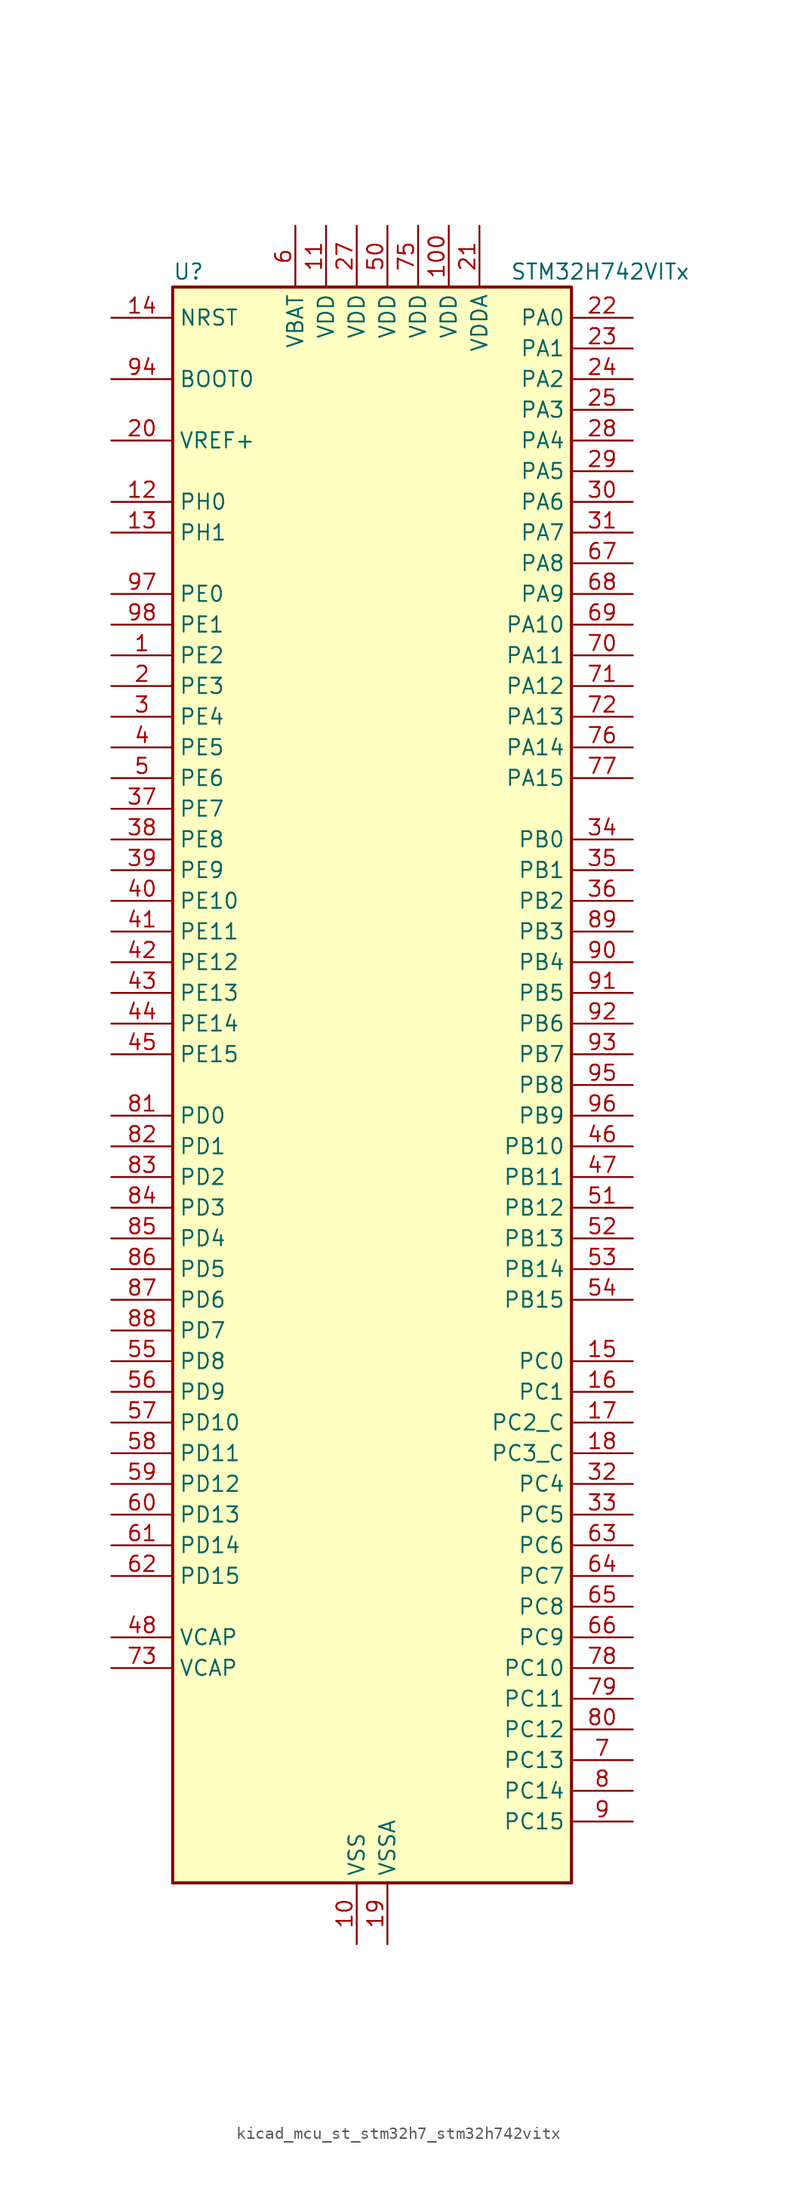
<source format=kicad_sym>
(kicad_symbol_lib
  (version 20220914)
  (generator kicad_symbol_editor)
  (symbol "kicad_mcu_st_stm32h7_stm32h742vitx"
    (property "Reference" "U"
      (at -15.24 67.31 0)
      (effects (font (size 1.27 1.27)) (justify left)))
    (property "Value" "STM32H742VITx"
      (at 12.7 67.31 0)
      (effects (font (size 1.27 1.27)) (justify left)))
    (property "ki_locked" ""
      (at 0 0 0)
      (effects (font (size 1.27 1.27))))
    (symbol "kicad_mcu_st_stm32h7_stm32h742vitx_0_1"
      (rectangle (start -15.24 -66.04) (end 17.78 66.04) (stroke (width 0.254) (type default)) (fill (type background))))
    (symbol "kicad_mcu_st_stm32h7_stm32h742vitx_1_1"
      (pin bidirectional line (at -20.32 35.56 0) (length 5.08) (name "PE2" (effects (font (size 1.27 1.27)))) (number "1" (effects (font (size 1.27 1.27)))) (alternate "DEBUG_TRACECLK" bidirectional line) (alternate "ETH_TXD3" bidirectional line) (alternate "FMC_A23" bidirectional line) (alternate "QUADSPI_BK1_IO2" bidirectional line) (alternate "SAI1_CK1" bidirectional line) (alternate "SAI1_MCLK_A" bidirectional line) (alternate "SAI4_CK1" bidirectional line) (alternate "SAI4_MCLK_A" bidirectional line) (alternate "SPI4_SCK" bidirectional line))
      (pin power_in line (at 0 -71.12 90) (length 5.08) (name "VSS" (effects (font (size 1.27 1.27)))) (number "10" (effects (font (size 1.27 1.27)))))
      (pin power_in line (at 7.62 71.12 270) (length 5.08) (name "VDD" (effects (font (size 1.27 1.27)))) (number "100" (effects (font (size 1.27 1.27)))))
      (pin power_in line (at -2.54 71.12 270) (length 5.08) (name "VDD" (effects (font (size 1.27 1.27)))) (number "11" (effects (font (size 1.27 1.27)))))
      (pin bidirectional line (at -20.32 48.26 0) (length 5.08) (name "PH0" (effects (font (size 1.27 1.27)))) (number "12" (effects (font (size 1.27 1.27)))) (alternate "RCC_OSC_IN" bidirectional line))
      (pin bidirectional line (at -20.32 45.72 0) (length 5.08) (name "PH1" (effects (font (size 1.27 1.27)))) (number "13" (effects (font (size 1.27 1.27)))) (alternate "RCC_OSC_OUT" bidirectional line))
      (pin input line (at -20.32 63.5 0) (length 5.08) (name "NRST" (effects (font (size 1.27 1.27)))) (number "14" (effects (font (size 1.27 1.27)))))
      (pin bidirectional line (at 22.86 -22.86 180) (length 5.08) (name "PC0" (effects (font (size 1.27 1.27)))) (number "15" (effects (font (size 1.27 1.27)))) (alternate "ADC1_INP10" bidirectional line) (alternate "ADC2_INP10" bidirectional line) (alternate "ADC3_INP10" bidirectional line) (alternate "DFSDM1_CKIN0" bidirectional line) (alternate "DFSDM1_DATIN4" bidirectional line) (alternate "FMC_SDNWE" bidirectional line) (alternate "SAI2_FS_B" bidirectional line) (alternate "USB_OTG_HS_ULPI_STP" bidirectional line))
      (pin bidirectional line (at 22.86 -25.4 180) (length 5.08) (name "PC1" (effects (font (size 1.27 1.27)))) (number "16" (effects (font (size 1.27 1.27)))) (alternate "ADC1_INN10" bidirectional line) (alternate "ADC1_INP11" bidirectional line) (alternate "ADC2_INN10" bidirectional line) (alternate "ADC2_INP11" bidirectional line) (alternate "ADC3_INN10" bidirectional line) (alternate "ADC3_INP11" bidirectional line) (alternate "DEBUG_TRACED0" bidirectional line) (alternate "DFSDM1_CKIN4" bidirectional line) (alternate "DFSDM1_DATIN0" bidirectional line) (alternate "ETH_MDC" bidirectional line) (alternate "I2S2_SDO" bidirectional line) (alternate "MDIOS_MDC" bidirectional line) (alternate "PWR_WKUP5" bidirectional line) (alternate "RTC_TAMP3" bidirectional line) (alternate "SAI1_D1" bidirectional line) (alternate "SAI1_SD_A" bidirectional line) (alternate "SAI4_D1" bidirectional line) (alternate "SAI4_SD_A" bidirectional line) (alternate "SDMMC2_CK" bidirectional line) (alternate "SPI2_MOSI" bidirectional line))
      (pin bidirectional line (at 22.86 -27.94 180) (length 5.08) (name "PC2_C" (effects (font (size 1.27 1.27)))) (number "17" (effects (font (size 1.27 1.27)))) (alternate "ADC3_INN1" bidirectional line) (alternate "ADC3_INP0" bidirectional line) (alternate "DFSDM1_CKIN1" bidirectional line) (alternate "DFSDM1_CKOUT" bidirectional line) (alternate "ETH_TXD2" bidirectional line) (alternate "FMC_SDNE0" bidirectional line) (alternate "I2S2_SDI" bidirectional line) (alternate "PWR_CSTOP" bidirectional line) (alternate "SPI2_MISO" bidirectional line) (alternate "USB_OTG_HS_ULPI_DIR" bidirectional line))
      (pin bidirectional line (at 22.86 -30.48 180) (length 5.08) (name "PC3_C" (effects (font (size 1.27 1.27)))) (number "18" (effects (font (size 1.27 1.27)))) (alternate "ADC3_INP1" bidirectional line) (alternate "DFSDM1_DATIN1" bidirectional line) (alternate "ETH_TX_CLK" bidirectional line) (alternate "FMC_SDCKE0" bidirectional line) (alternate "I2S2_SDO" bidirectional line) (alternate "PWR_CSLEEP" bidirectional line) (alternate "SPI2_MOSI" bidirectional line) (alternate "USB_OTG_HS_ULPI_NXT" bidirectional line))
      (pin power_in line (at 2.54 -71.12 90) (length 5.08) (name "VSSA" (effects (font (size 1.27 1.27)))) (number "19" (effects (font (size 1.27 1.27)))))
      (pin bidirectional line (at -20.32 33.02 0) (length 5.08) (name "PE3" (effects (font (size 1.27 1.27)))) (number "2" (effects (font (size 1.27 1.27)))) (alternate "DEBUG_TRACED0" bidirectional line) (alternate "FMC_A19" bidirectional line) (alternate "SAI1_SD_B" bidirectional line) (alternate "SAI4_SD_B" bidirectional line) (alternate "TIM15_BKIN" bidirectional line))
      (pin input line (at -20.32 53.34 0) (length 5.08) (name "VREF+" (effects (font (size 1.27 1.27)))) (number "20" (effects (font (size 1.27 1.27)))) (alternate "VREFBUF_OUT" bidirectional line))
      (pin power_in line (at 10.16 71.12 270) (length 5.08) (name "VDDA" (effects (font (size 1.27 1.27)))) (number "21" (effects (font (size 1.27 1.27)))))
      (pin bidirectional line (at 22.86 63.5 180) (length 5.08) (name "PA0" (effects (font (size 1.27 1.27)))) (number "22" (effects (font (size 1.27 1.27)))) (alternate "ADC1_INP16" bidirectional line) (alternate "ETH_CRS" bidirectional line) (alternate "PWR_WKUP0" bidirectional line) (alternate "SAI2_SD_B" bidirectional line) (alternate "SDMMC2_CMD" bidirectional line) (alternate "TIM15_BKIN" bidirectional line) (alternate "TIM2_CH1" bidirectional line) (alternate "TIM2_ETR" bidirectional line) (alternate "TIM5_CH1" bidirectional line) (alternate "TIM8_ETR" bidirectional line) (alternate "UART4_TX" bidirectional line) (alternate "USART2_CTS" bidirectional line) (alternate "USART2_NSS" bidirectional line))
      (pin bidirectional line (at 22.86 60.96 180) (length 5.08) (name "PA1" (effects (font (size 1.27 1.27)))) (number "23" (effects (font (size 1.27 1.27)))) (alternate "ADC1_INN16" bidirectional line) (alternate "ADC1_INP17" bidirectional line) (alternate "ETH_REF_CLK" bidirectional line) (alternate "ETH_RX_CLK" bidirectional line) (alternate "LPTIM3_OUT" bidirectional line) (alternate "QUADSPI_BK1_IO3" bidirectional line) (alternate "SAI2_MCLK_B" bidirectional line) (alternate "TIM15_CH1N" bidirectional line) (alternate "TIM2_CH2" bidirectional line) (alternate "TIM5_CH2" bidirectional line) (alternate "UART4_RX" bidirectional line) (alternate "USART2_DE" bidirectional line) (alternate "USART2_RTS" bidirectional line))
      (pin bidirectional line (at 22.86 58.42 180) (length 5.08) (name "PA2" (effects (font (size 1.27 1.27)))) (number "24" (effects (font (size 1.27 1.27)))) (alternate "ADC1_INP14" bidirectional line) (alternate "ADC2_INP14" bidirectional line) (alternate "ETH_MDIO" bidirectional line) (alternate "LPTIM4_OUT" bidirectional line) (alternate "MDIOS_MDIO" bidirectional line) (alternate "PWR_WKUP1" bidirectional line) (alternate "SAI2_SCK_B" bidirectional line) (alternate "TIM15_CH1" bidirectional line) (alternate "TIM2_CH3" bidirectional line) (alternate "TIM5_CH3" bidirectional line) (alternate "USART2_TX" bidirectional line))
      (pin bidirectional line (at 22.86 55.88 180) (length 5.08) (name "PA3" (effects (font (size 1.27 1.27)))) (number "25" (effects (font (size 1.27 1.27)))) (alternate "ADC1_INP15" bidirectional line) (alternate "ADC2_INP15" bidirectional line) (alternate "ETH_COL" bidirectional line) (alternate "LPTIM5_OUT" bidirectional line) (alternate "TIM15_CH2" bidirectional line) (alternate "TIM2_CH4" bidirectional line) (alternate "TIM5_CH4" bidirectional line) (alternate "USART2_RX" bidirectional line) (alternate "USB_OTG_HS_ULPI_D0" bidirectional line))
      (pin passive line (at 0 -71.12 90) (length 5.08) hide (name "VSS" (effects (font (size 1.27 1.27)))) (number "26" (effects (font (size 1.27 1.27)))))
      (pin power_in line (at 0 71.12 270) (length 5.08) (name "VDD" (effects (font (size 1.27 1.27)))) (number "27" (effects (font (size 1.27 1.27)))))
      (pin bidirectional line (at 22.86 53.34 180) (length 5.08) (name "PA4" (effects (font (size 1.27 1.27)))) (number "28" (effects (font (size 1.27 1.27)))) (alternate "ADC1_INP18" bidirectional line) (alternate "ADC2_INP18" bidirectional line) (alternate "DAC1_OUT1" bidirectional line) (alternate "DCMI_HSYNC" bidirectional line) (alternate "I2S1_WS" bidirectional line) (alternate "I2S3_WS" bidirectional line) (alternate "SPI1_NSS" bidirectional line) (alternate "SPI3_NSS" bidirectional line) (alternate "SPI6_NSS" bidirectional line) (alternate "TIM5_ETR" bidirectional line) (alternate "USART2_CK" bidirectional line) (alternate "USB_OTG_HS_SOF" bidirectional line))
      (pin bidirectional line (at 22.86 50.8 180) (length 5.08) (name "PA5" (effects (font (size 1.27 1.27)))) (number "29" (effects (font (size 1.27 1.27)))) (alternate "ADC1_INN18" bidirectional line) (alternate "ADC1_INP19" bidirectional line) (alternate "ADC2_INN18" bidirectional line) (alternate "ADC2_INP19" bidirectional line) (alternate "DAC1_OUT2" bidirectional line) (alternate "I2S1_CK" bidirectional line) (alternate "PWR_NDSTOP2" bidirectional line) (alternate "SPI1_SCK" bidirectional line) (alternate "SPI6_SCK" bidirectional line) (alternate "TIM2_CH1" bidirectional line) (alternate "TIM2_ETR" bidirectional line) (alternate "TIM8_CH1N" bidirectional line) (alternate "USB_OTG_HS_ULPI_CK" bidirectional line))
      (pin bidirectional line (at -20.32 30.48 0) (length 5.08) (name "PE4" (effects (font (size 1.27 1.27)))) (number "3" (effects (font (size 1.27 1.27)))) (alternate "DCMI_D4" bidirectional line) (alternate "DEBUG_TRACED1" bidirectional line) (alternate "DFSDM1_DATIN3" bidirectional line) (alternate "FMC_A20" bidirectional line) (alternate "SAI1_D2" bidirectional line) (alternate "SAI1_FS_A" bidirectional line) (alternate "SAI4_D2" bidirectional line) (alternate "SAI4_FS_A" bidirectional line) (alternate "SPI4_NSS" bidirectional line) (alternate "TIM15_CH1N" bidirectional line))
      (pin bidirectional line (at 22.86 48.26 180) (length 5.08) (name "PA6" (effects (font (size 1.27 1.27)))) (number "30" (effects (font (size 1.27 1.27)))) (alternate "ADC1_INP3" bidirectional line) (alternate "ADC2_INP3" bidirectional line) (alternate "DCMI_PIXCLK" bidirectional line) (alternate "I2S1_SDI" bidirectional line) (alternate "MDIOS_MDC" bidirectional line) (alternate "SPI1_MISO" bidirectional line) (alternate "SPI6_MISO" bidirectional line) (alternate "TIM13_CH1" bidirectional line) (alternate "TIM1_BKIN" bidirectional line) (alternate "TIM1_BKIN_COMP1" bidirectional line) (alternate "TIM1_BKIN_COMP2" bidirectional line) (alternate "TIM3_CH1" bidirectional line) (alternate "TIM8_BKIN" bidirectional line) (alternate "TIM8_BKIN_COMP1" bidirectional line) (alternate "TIM8_BKIN_COMP2" bidirectional line))
      (pin bidirectional line (at 22.86 45.72 180) (length 5.08) (name "PA7" (effects (font (size 1.27 1.27)))) (number "31" (effects (font (size 1.27 1.27)))) (alternate "ADC1_INN3" bidirectional line) (alternate "ADC1_INP7" bidirectional line) (alternate "ADC2_INN3" bidirectional line) (alternate "ADC2_INP7" bidirectional line) (alternate "ETH_CRS_DV" bidirectional line) (alternate "ETH_RX_DV" bidirectional line) (alternate "FMC_SDNWE" bidirectional line) (alternate "I2S1_SDO" bidirectional line) (alternate "OPAMP1_VINM" bidirectional line) (alternate "OPAMP1_VINM1" bidirectional line) (alternate "SPI1_MOSI" bidirectional line) (alternate "SPI6_MOSI" bidirectional line) (alternate "TIM14_CH1" bidirectional line) (alternate "TIM1_CH1N" bidirectional line) (alternate "TIM3_CH2" bidirectional line) (alternate "TIM8_CH1N" bidirectional line))
      (pin bidirectional line (at 22.86 -33.02 180) (length 5.08) (name "PC4" (effects (font (size 1.27 1.27)))) (number "32" (effects (font (size 1.27 1.27)))) (alternate "ADC1_INP4" bidirectional line) (alternate "ADC2_INP4" bidirectional line) (alternate "COMP1_INM" bidirectional line) (alternate "DFSDM1_CKIN2" bidirectional line) (alternate "ETH_RXD0" bidirectional line) (alternate "FMC_SDNE0" bidirectional line) (alternate "I2S1_MCK" bidirectional line) (alternate "OPAMP1_VOUT" bidirectional line) (alternate "SPDIFRX1_IN2" bidirectional line))
      (pin bidirectional line (at 22.86 -35.56 180) (length 5.08) (name "PC5" (effects (font (size 1.27 1.27)))) (number "33" (effects (font (size 1.27 1.27)))) (alternate "ADC1_INN4" bidirectional line) (alternate "ADC1_INP8" bidirectional line) (alternate "ADC2_INN4" bidirectional line) (alternate "ADC2_INP8" bidirectional line) (alternate "COMP1_OUT" bidirectional line) (alternate "DFSDM1_DATIN2" bidirectional line) (alternate "ETH_RXD1" bidirectional line) (alternate "FMC_SDCKE0" bidirectional line) (alternate "OPAMP1_VINM" bidirectional line) (alternate "OPAMP1_VINM0" bidirectional line) (alternate "SAI1_D3" bidirectional line) (alternate "SAI4_D3" bidirectional line) (alternate "SPDIFRX1_IN3" bidirectional line))
      (pin bidirectional line (at 22.86 20.32 180) (length 5.08) (name "PB0" (effects (font (size 1.27 1.27)))) (number "34" (effects (font (size 1.27 1.27)))) (alternate "ADC1_INN5" bidirectional line) (alternate "ADC1_INP9" bidirectional line) (alternate "ADC2_INN5" bidirectional line) (alternate "ADC2_INP9" bidirectional line) (alternate "COMP1_INP" bidirectional line) (alternate "DFSDM1_CKOUT" bidirectional line) (alternate "ETH_RXD2" bidirectional line) (alternate "OPAMP1_VINP" bidirectional line) (alternate "TIM1_CH2N" bidirectional line) (alternate "TIM3_CH3" bidirectional line) (alternate "TIM8_CH2N" bidirectional line) (alternate "UART4_CTS" bidirectional line) (alternate "USB_OTG_HS_ULPI_D1" bidirectional line))
      (pin bidirectional line (at 22.86 17.78 180) (length 5.08) (name "PB1" (effects (font (size 1.27 1.27)))) (number "35" (effects (font (size 1.27 1.27)))) (alternate "ADC1_INP5" bidirectional line) (alternate "ADC2_INP5" bidirectional line) (alternate "COMP1_INM" bidirectional line) (alternate "DFSDM1_DATIN1" bidirectional line) (alternate "ETH_RXD3" bidirectional line) (alternate "TIM1_CH3N" bidirectional line) (alternate "TIM3_CH4" bidirectional line) (alternate "TIM8_CH3N" bidirectional line) (alternate "USB_OTG_HS_ULPI_D2" bidirectional line))
      (pin bidirectional line (at 22.86 15.24 180) (length 5.08) (name "PB2" (effects (font (size 1.27 1.27)))) (number "36" (effects (font (size 1.27 1.27)))) (alternate "COMP1_INP" bidirectional line) (alternate "DFSDM1_CKIN1" bidirectional line) (alternate "I2S3_SDO" bidirectional line) (alternate "QUADSPI_CLK" bidirectional line) (alternate "RTC_OUT_ALARM" bidirectional line) (alternate "RTC_OUT_CALIB" bidirectional line) (alternate "SAI1_D1" bidirectional line) (alternate "SAI1_SD_A" bidirectional line) (alternate "SAI4_D1" bidirectional line) (alternate "SAI4_SD_A" bidirectional line) (alternate "SPI3_MOSI" bidirectional line))
      (pin bidirectional line (at -20.32 22.86 0) (length 5.08) (name "PE7" (effects (font (size 1.27 1.27)))) (number "37" (effects (font (size 1.27 1.27)))) (alternate "COMP2_INM" bidirectional line) (alternate "DFSDM1_DATIN2" bidirectional line) (alternate "FMC_D4" bidirectional line) (alternate "FMC_DA4" bidirectional line) (alternate "OPAMP2_VOUT" bidirectional line) (alternate "QUADSPI_BK2_IO0" bidirectional line) (alternate "TIM1_ETR" bidirectional line) (alternate "UART7_RX" bidirectional line))
      (pin bidirectional line (at -20.32 20.32 0) (length 5.08) (name "PE8" (effects (font (size 1.27 1.27)))) (number "38" (effects (font (size 1.27 1.27)))) (alternate "COMP2_OUT" bidirectional line) (alternate "DFSDM1_CKIN2" bidirectional line) (alternate "FMC_D5" bidirectional line) (alternate "FMC_DA5" bidirectional line) (alternate "OPAMP2_VINM" bidirectional line) (alternate "OPAMP2_VINM0" bidirectional line) (alternate "QUADSPI_BK2_IO1" bidirectional line) (alternate "TIM1_CH1N" bidirectional line) (alternate "UART7_TX" bidirectional line))
      (pin bidirectional line (at -20.32 17.78 0) (length 5.08) (name "PE9" (effects (font (size 1.27 1.27)))) (number "39" (effects (font (size 1.27 1.27)))) (alternate "COMP2_INP" bidirectional line) (alternate "DAC1_EXTI9" bidirectional line) (alternate "DFSDM1_CKOUT" bidirectional line) (alternate "FMC_D6" bidirectional line) (alternate "FMC_DA6" bidirectional line) (alternate "OPAMP2_VINP" bidirectional line) (alternate "QUADSPI_BK2_IO2" bidirectional line) (alternate "TIM1_CH1" bidirectional line) (alternate "UART7_DE" bidirectional line) (alternate "UART7_RTS" bidirectional line))
      (pin bidirectional line (at -20.32 27.94 0) (length 5.08) (name "PE5" (effects (font (size 1.27 1.27)))) (number "4" (effects (font (size 1.27 1.27)))) (alternate "DCMI_D6" bidirectional line) (alternate "DEBUG_TRACED2" bidirectional line) (alternate "DFSDM1_CKIN3" bidirectional line) (alternate "FMC_A21" bidirectional line) (alternate "SAI1_CK2" bidirectional line) (alternate "SAI1_SCK_A" bidirectional line) (alternate "SAI4_CK2" bidirectional line) (alternate "SAI4_SCK_A" bidirectional line) (alternate "SPI4_MISO" bidirectional line) (alternate "TIM15_CH1" bidirectional line))
      (pin bidirectional line (at -20.32 15.24 0) (length 5.08) (name "PE10" (effects (font (size 1.27 1.27)))) (number "40" (effects (font (size 1.27 1.27)))) (alternate "COMP2_INM" bidirectional line) (alternate "DFSDM1_DATIN4" bidirectional line) (alternate "FMC_D7" bidirectional line) (alternate "FMC_DA7" bidirectional line) (alternate "QUADSPI_BK2_IO3" bidirectional line) (alternate "TIM1_CH2N" bidirectional line) (alternate "UART7_CTS" bidirectional line))
      (pin bidirectional line (at -20.32 12.7 0) (length 5.08) (name "PE11" (effects (font (size 1.27 1.27)))) (number "41" (effects (font (size 1.27 1.27)))) (alternate "ADC1_EXTI11" bidirectional line) (alternate "ADC2_EXTI11" bidirectional line) (alternate "ADC3_EXTI11" bidirectional line) (alternate "COMP2_INP" bidirectional line) (alternate "DFSDM1_CKIN4" bidirectional line) (alternate "FMC_D8" bidirectional line) (alternate "FMC_DA8" bidirectional line) (alternate "SAI2_SD_B" bidirectional line) (alternate "SPI4_NSS" bidirectional line) (alternate "TIM1_CH2" bidirectional line))
      (pin bidirectional line (at -20.32 10.16 0) (length 5.08) (name "PE12" (effects (font (size 1.27 1.27)))) (number "42" (effects (font (size 1.27 1.27)))) (alternate "COMP1_OUT" bidirectional line) (alternate "DFSDM1_DATIN5" bidirectional line) (alternate "FMC_D9" bidirectional line) (alternate "FMC_DA9" bidirectional line) (alternate "SAI2_SCK_B" bidirectional line) (alternate "SPI4_SCK" bidirectional line) (alternate "TIM1_CH3N" bidirectional line))
      (pin bidirectional line (at -20.32 7.62 0) (length 5.08) (name "PE13" (effects (font (size 1.27 1.27)))) (number "43" (effects (font (size 1.27 1.27)))) (alternate "COMP2_OUT" bidirectional line) (alternate "DFSDM1_CKIN5" bidirectional line) (alternate "FMC_D10" bidirectional line) (alternate "FMC_DA10" bidirectional line) (alternate "SAI2_FS_B" bidirectional line) (alternate "SPI4_MISO" bidirectional line) (alternate "TIM1_CH3" bidirectional line))
      (pin bidirectional line (at -20.32 5.08 0) (length 5.08) (name "PE14" (effects (font (size 1.27 1.27)))) (number "44" (effects (font (size 1.27 1.27)))) (alternate "FMC_D11" bidirectional line) (alternate "FMC_DA11" bidirectional line) (alternate "SAI2_MCLK_B" bidirectional line) (alternate "SPI4_MOSI" bidirectional line) (alternate "TIM1_CH4" bidirectional line))
      (pin bidirectional line (at -20.32 2.54 0) (length 5.08) (name "PE15" (effects (font (size 1.27 1.27)))) (number "45" (effects (font (size 1.27 1.27)))) (alternate "ADC1_EXTI15" bidirectional line) (alternate "ADC2_EXTI15" bidirectional line) (alternate "ADC3_EXTI15" bidirectional line) (alternate "FMC_D12" bidirectional line) (alternate "FMC_DA12" bidirectional line) (alternate "TIM1_BKIN" bidirectional line) (alternate "TIM1_BKIN_COMP1" bidirectional line) (alternate "TIM1_BKIN_COMP2" bidirectional line))
      (pin bidirectional line (at 22.86 -5.08 180) (length 5.08) (name "PB10" (effects (font (size 1.27 1.27)))) (number "46" (effects (font (size 1.27 1.27)))) (alternate "DFSDM1_DATIN7" bidirectional line) (alternate "ETH_RX_ER" bidirectional line) (alternate "HRTIM_SCOUT" bidirectional line) (alternate "I2C2_SCL" bidirectional line) (alternate "I2S2_CK" bidirectional line) (alternate "LPTIM2_IN1" bidirectional line) (alternate "QUADSPI_BK1_NCS" bidirectional line) (alternate "SPI2_SCK" bidirectional line) (alternate "TIM2_CH3" bidirectional line) (alternate "USART3_TX" bidirectional line) (alternate "USB_OTG_HS_ULPI_D3" bidirectional line))
      (pin bidirectional line (at 22.86 -7.62 180) (length 5.08) (name "PB11" (effects (font (size 1.27 1.27)))) (number "47" (effects (font (size 1.27 1.27)))) (alternate "ADC1_EXTI11" bidirectional line) (alternate "ADC2_EXTI11" bidirectional line) (alternate "ADC3_EXTI11" bidirectional line) (alternate "DFSDM1_CKIN7" bidirectional line) (alternate "ETH_TX_EN" bidirectional line) (alternate "HRTIM_SCIN" bidirectional line) (alternate "I2C2_SDA" bidirectional line) (alternate "LPTIM2_ETR" bidirectional line) (alternate "TIM2_CH4" bidirectional line) (alternate "USART3_RX" bidirectional line) (alternate "USB_OTG_HS_ULPI_D4" bidirectional line))
      (pin power_out line (at -20.32 -45.72 0) (length 5.08) (name "VCAP" (effects (font (size 1.27 1.27)))) (number "48" (effects (font (size 1.27 1.27)))))
      (pin passive line (at 0 -71.12 90) (length 5.08) hide (name "VSS" (effects (font (size 1.27 1.27)))) (number "49" (effects (font (size 1.27 1.27)))))
      (pin bidirectional line (at -20.32 25.4 0) (length 5.08) (name "PE6" (effects (font (size 1.27 1.27)))) (number "5" (effects (font (size 1.27 1.27)))) (alternate "DCMI_D7" bidirectional line) (alternate "DEBUG_TRACED3" bidirectional line) (alternate "FMC_A22" bidirectional line) (alternate "SAI1_D1" bidirectional line) (alternate "SAI1_SD_A" bidirectional line) (alternate "SAI2_MCLK_B" bidirectional line) (alternate "SAI4_D1" bidirectional line) (alternate "SAI4_SD_A" bidirectional line) (alternate "SPI4_MOSI" bidirectional line) (alternate "TIM15_CH2" bidirectional line) (alternate "TIM1_BKIN2" bidirectional line) (alternate "TIM1_BKIN2_COMP1" bidirectional line) (alternate "TIM1_BKIN2_COMP2" bidirectional line))
      (pin power_in line (at 2.54 71.12 270) (length 5.08) (name "VDD" (effects (font (size 1.27 1.27)))) (number "50" (effects (font (size 1.27 1.27)))))
      (pin bidirectional line (at 22.86 -10.16 180) (length 5.08) (name "PB12" (effects (font (size 1.27 1.27)))) (number "51" (effects (font (size 1.27 1.27)))) (alternate "DFSDM1_DATIN1" bidirectional line) (alternate "ETH_TXD0" bidirectional line) (alternate "FDCAN2_RX" bidirectional line) (alternate "I2C2_SMBA" bidirectional line) (alternate "I2S2_WS" bidirectional line) (alternate "SPI2_NSS" bidirectional line) (alternate "TIM1_BKIN" bidirectional line) (alternate "TIM1_BKIN_COMP1" bidirectional line) (alternate "TIM1_BKIN_COMP2" bidirectional line) (alternate "UART5_RX" bidirectional line) (alternate "USART3_CK" bidirectional line) (alternate "USB_OTG_HS_ID" bidirectional line) (alternate "USB_OTG_HS_ULPI_D5" bidirectional line))
      (pin bidirectional line (at 22.86 -12.7 180) (length 5.08) (name "PB13" (effects (font (size 1.27 1.27)))) (number "52" (effects (font (size 1.27 1.27)))) (alternate "DFSDM1_CKIN1" bidirectional line) (alternate "ETH_TXD1" bidirectional line) (alternate "FDCAN2_TX" bidirectional line) (alternate "I2S2_CK" bidirectional line) (alternate "LPTIM2_OUT" bidirectional line) (alternate "SPI2_SCK" bidirectional line) (alternate "TIM1_CH1N" bidirectional line) (alternate "UART5_TX" bidirectional line) (alternate "USART3_CTS" bidirectional line) (alternate "USART3_NSS" bidirectional line) (alternate "USB_OTG_HS_ULPI_D6" bidirectional line) (alternate "USB_OTG_HS_VBUS" bidirectional line))
      (pin bidirectional line (at 22.86 -15.24 180) (length 5.08) (name "PB14" (effects (font (size 1.27 1.27)))) (number "53" (effects (font (size 1.27 1.27)))) (alternate "DFSDM1_DATIN2" bidirectional line) (alternate "I2S2_SDI" bidirectional line) (alternate "SDMMC2_D0" bidirectional line) (alternate "SPI2_MISO" bidirectional line) (alternate "TIM12_CH1" bidirectional line) (alternate "TIM1_CH2N" bidirectional line) (alternate "TIM8_CH2N" bidirectional line) (alternate "UART4_DE" bidirectional line) (alternate "UART4_RTS" bidirectional line) (alternate "USART1_TX" bidirectional line) (alternate "USART3_DE" bidirectional line) (alternate "USART3_RTS" bidirectional line) (alternate "USB_OTG_HS_DM" bidirectional line))
      (pin bidirectional line (at 22.86 -17.78 180) (length 5.08) (name "PB15" (effects (font (size 1.27 1.27)))) (number "54" (effects (font (size 1.27 1.27)))) (alternate "ADC1_EXTI15" bidirectional line) (alternate "ADC2_EXTI15" bidirectional line) (alternate "ADC3_EXTI15" bidirectional line) (alternate "DFSDM1_CKIN2" bidirectional line) (alternate "I2S2_SDO" bidirectional line) (alternate "RTC_REFIN" bidirectional line) (alternate "SDMMC2_D1" bidirectional line) (alternate "SPI2_MOSI" bidirectional line) (alternate "TIM12_CH2" bidirectional line) (alternate "TIM1_CH3N" bidirectional line) (alternate "TIM8_CH3N" bidirectional line) (alternate "UART4_CTS" bidirectional line) (alternate "USART1_RX" bidirectional line) (alternate "USB_OTG_HS_DP" bidirectional line))
      (pin bidirectional line (at -20.32 -22.86 0) (length 5.08) (name "PD8" (effects (font (size 1.27 1.27)))) (number "55" (effects (font (size 1.27 1.27)))) (alternate "DFSDM1_CKIN3" bidirectional line) (alternate "FMC_D13" bidirectional line) (alternate "FMC_DA13" bidirectional line) (alternate "SAI3_SCK_B" bidirectional line) (alternate "SPDIFRX1_IN1" bidirectional line) (alternate "USART3_TX" bidirectional line))
      (pin bidirectional line (at -20.32 -25.4 0) (length 5.08) (name "PD9" (effects (font (size 1.27 1.27)))) (number "56" (effects (font (size 1.27 1.27)))) (alternate "DAC1_EXTI9" bidirectional line) (alternate "DFSDM1_DATIN3" bidirectional line) (alternate "FMC_D14" bidirectional line) (alternate "FMC_DA14" bidirectional line) (alternate "SAI3_SD_B" bidirectional line) (alternate "USART3_RX" bidirectional line))
      (pin bidirectional line (at -20.32 -27.94 0) (length 5.08) (name "PD10" (effects (font (size 1.27 1.27)))) (number "57" (effects (font (size 1.27 1.27)))) (alternate "DFSDM1_CKOUT" bidirectional line) (alternate "FMC_D15" bidirectional line) (alternate "FMC_DA15" bidirectional line) (alternate "SAI3_FS_B" bidirectional line) (alternate "USART3_CK" bidirectional line))
      (pin bidirectional line (at -20.32 -30.48 0) (length 5.08) (name "PD11" (effects (font (size 1.27 1.27)))) (number "58" (effects (font (size 1.27 1.27)))) (alternate "ADC1_EXTI11" bidirectional line) (alternate "ADC2_EXTI11" bidirectional line) (alternate "ADC3_EXTI11" bidirectional line) (alternate "FMC_A16" bidirectional line) (alternate "FMC_CLE" bidirectional line) (alternate "I2C4_SMBA" bidirectional line) (alternate "LPTIM2_IN2" bidirectional line) (alternate "QUADSPI_BK1_IO0" bidirectional line) (alternate "SAI2_SD_A" bidirectional line) (alternate "USART3_CTS" bidirectional line) (alternate "USART3_NSS" bidirectional line))
      (pin bidirectional line (at -20.32 -33.02 0) (length 5.08) (name "PD12" (effects (font (size 1.27 1.27)))) (number "59" (effects (font (size 1.27 1.27)))) (alternate "FMC_A17" bidirectional line) (alternate "FMC_ALE" bidirectional line) (alternate "I2C4_SCL" bidirectional line) (alternate "LPTIM1_IN1" bidirectional line) (alternate "LPTIM2_IN1" bidirectional line) (alternate "QUADSPI_BK1_IO1" bidirectional line) (alternate "SAI2_FS_A" bidirectional line) (alternate "TIM4_CH1" bidirectional line) (alternate "USART3_DE" bidirectional line) (alternate "USART3_RTS" bidirectional line))
      (pin power_in line (at -5.08 71.12 270) (length 5.08) (name "VBAT" (effects (font (size 1.27 1.27)))) (number "6" (effects (font (size 1.27 1.27)))))
      (pin bidirectional line (at -20.32 -35.56 0) (length 5.08) (name "PD13" (effects (font (size 1.27 1.27)))) (number "60" (effects (font (size 1.27 1.27)))) (alternate "FMC_A18" bidirectional line) (alternate "I2C4_SDA" bidirectional line) (alternate "LPTIM1_OUT" bidirectional line) (alternate "QUADSPI_BK1_IO3" bidirectional line) (alternate "SAI2_SCK_A" bidirectional line) (alternate "TIM4_CH2" bidirectional line))
      (pin bidirectional line (at -20.32 -38.1 0) (length 5.08) (name "PD14" (effects (font (size 1.27 1.27)))) (number "61" (effects (font (size 1.27 1.27)))) (alternate "FMC_D0" bidirectional line) (alternate "FMC_DA0" bidirectional line) (alternate "SAI3_MCLK_B" bidirectional line) (alternate "TIM4_CH3" bidirectional line) (alternate "UART8_CTS" bidirectional line))
      (pin bidirectional line (at -20.32 -40.64 0) (length 5.08) (name "PD15" (effects (font (size 1.27 1.27)))) (number "62" (effects (font (size 1.27 1.27)))) (alternate "ADC1_EXTI15" bidirectional line) (alternate "ADC2_EXTI15" bidirectional line) (alternate "ADC3_EXTI15" bidirectional line) (alternate "FMC_D1" bidirectional line) (alternate "FMC_DA1" bidirectional line) (alternate "SAI3_MCLK_A" bidirectional line) (alternate "TIM4_CH4" bidirectional line) (alternate "UART8_DE" bidirectional line) (alternate "UART8_RTS" bidirectional line))
      (pin bidirectional line (at 22.86 -38.1 180) (length 5.08) (name "PC6" (effects (font (size 1.27 1.27)))) (number "63" (effects (font (size 1.27 1.27)))) (alternate "DCMI_D0" bidirectional line) (alternate "DFSDM1_CKIN3" bidirectional line) (alternate "FMC_NWAIT" bidirectional line) (alternate "HRTIM_CHA1" bidirectional line) (alternate "I2S2_MCK" bidirectional line) (alternate "SDMMC1_D0DIR" bidirectional line) (alternate "SDMMC1_D6" bidirectional line) (alternate "SDMMC2_D6" bidirectional line) (alternate "SWPMI1_IO" bidirectional line) (alternate "TIM3_CH1" bidirectional line) (alternate "TIM8_CH1" bidirectional line) (alternate "USART6_TX" bidirectional line))
      (pin bidirectional line (at 22.86 -40.64 180) (length 5.08) (name "PC7" (effects (font (size 1.27 1.27)))) (number "64" (effects (font (size 1.27 1.27)))) (alternate "DCMI_D1" bidirectional line) (alternate "DEBUG_TRGIO" bidirectional line) (alternate "DFSDM1_DATIN3" bidirectional line) (alternate "FMC_NE1" bidirectional line) (alternate "HRTIM_CHA2" bidirectional line) (alternate "I2S3_MCK" bidirectional line) (alternate "SDMMC1_D123DIR" bidirectional line) (alternate "SDMMC1_D7" bidirectional line) (alternate "SDMMC2_D7" bidirectional line) (alternate "SWPMI1_TX" bidirectional line) (alternate "TIM3_CH2" bidirectional line) (alternate "TIM8_CH2" bidirectional line) (alternate "USART6_RX" bidirectional line))
      (pin bidirectional line (at 22.86 -43.18 180) (length 5.08) (name "PC8" (effects (font (size 1.27 1.27)))) (number "65" (effects (font (size 1.27 1.27)))) (alternate "DCMI_D2" bidirectional line) (alternate "DEBUG_TRACED1" bidirectional line) (alternate "FMC_NCE" bidirectional line) (alternate "FMC_NE2" bidirectional line) (alternate "HRTIM_CHB1" bidirectional line) (alternate "SDMMC1_D0" bidirectional line) (alternate "SWPMI1_RX" bidirectional line) (alternate "TIM3_CH3" bidirectional line) (alternate "TIM8_CH3" bidirectional line) (alternate "UART5_DE" bidirectional line) (alternate "UART5_RTS" bidirectional line) (alternate "USART6_CK" bidirectional line))
      (pin bidirectional line (at 22.86 -45.72 180) (length 5.08) (name "PC9" (effects (font (size 1.27 1.27)))) (number "66" (effects (font (size 1.27 1.27)))) (alternate "DAC1_EXTI9" bidirectional line) (alternate "DCMI_D3" bidirectional line) (alternate "I2C3_SDA" bidirectional line) (alternate "I2S_CKIN" bidirectional line) (alternate "QUADSPI_BK1_IO0" bidirectional line) (alternate "RCC_MCO_2" bidirectional line) (alternate "SDMMC1_D1" bidirectional line) (alternate "SWPMI1_SUSPEND" bidirectional line) (alternate "TIM3_CH4" bidirectional line) (alternate "TIM8_CH4" bidirectional line) (alternate "UART5_CTS" bidirectional line))
      (pin bidirectional line (at 22.86 43.18 180) (length 5.08) (name "PA8" (effects (font (size 1.27 1.27)))) (number "67" (effects (font (size 1.27 1.27)))) (alternate "HRTIM_CHB2" bidirectional line) (alternate "I2C3_SCL" bidirectional line) (alternate "RCC_MCO_1" bidirectional line) (alternate "TIM1_CH1" bidirectional line) (alternate "TIM8_BKIN2" bidirectional line) (alternate "TIM8_BKIN2_COMP1" bidirectional line) (alternate "TIM8_BKIN2_COMP2" bidirectional line) (alternate "UART7_RX" bidirectional line) (alternate "USART1_CK" bidirectional line) (alternate "USB_OTG_FS_SOF" bidirectional line))
      (pin bidirectional line (at 22.86 40.64 180) (length 5.08) (name "PA9" (effects (font (size 1.27 1.27)))) (number "68" (effects (font (size 1.27 1.27)))) (alternate "DAC1_EXTI9" bidirectional line) (alternate "DCMI_D0" bidirectional line) (alternate "HRTIM_CHC1" bidirectional line) (alternate "I2C3_SMBA" bidirectional line) (alternate "I2S2_CK" bidirectional line) (alternate "LPUART1_TX" bidirectional line) (alternate "SPI2_SCK" bidirectional line) (alternate "TIM1_CH2" bidirectional line) (alternate "USART1_TX" bidirectional line) (alternate "USB_OTG_FS_VBUS" bidirectional line))
      (pin bidirectional line (at 22.86 38.1 180) (length 5.08) (name "PA10" (effects (font (size 1.27 1.27)))) (number "69" (effects (font (size 1.27 1.27)))) (alternate "DCMI_D1" bidirectional line) (alternate "HRTIM_CHC2" bidirectional line) (alternate "LPUART1_RX" bidirectional line) (alternate "MDIOS_MDIO" bidirectional line) (alternate "TIM1_CH3" bidirectional line) (alternate "USART1_RX" bidirectional line) (alternate "USB_OTG_FS_ID" bidirectional line))
      (pin bidirectional line (at 22.86 -55.88 180) (length 5.08) (name "PC13" (effects (font (size 1.27 1.27)))) (number "7" (effects (font (size 1.27 1.27)))) (alternate "PWR_WKUP2" bidirectional line) (alternate "RTC_OUT_ALARM" bidirectional line) (alternate "RTC_OUT_CALIB" bidirectional line) (alternate "RTC_TAMP1" bidirectional line) (alternate "RTC_TS" bidirectional line))
      (pin bidirectional line (at 22.86 35.56 180) (length 5.08) (name "PA11" (effects (font (size 1.27 1.27)))) (number "70" (effects (font (size 1.27 1.27)))) (alternate "ADC1_EXTI11" bidirectional line) (alternate "ADC2_EXTI11" bidirectional line) (alternate "ADC3_EXTI11" bidirectional line) (alternate "FDCAN1_RX" bidirectional line) (alternate "HRTIM_CHD1" bidirectional line) (alternate "I2S2_WS" bidirectional line) (alternate "LPUART1_CTS" bidirectional line) (alternate "SPI2_NSS" bidirectional line) (alternate "TIM1_CH4" bidirectional line) (alternate "UART4_RX" bidirectional line) (alternate "USART1_CTS" bidirectional line) (alternate "USART1_NSS" bidirectional line) (alternate "USB_OTG_FS_DM" bidirectional line))
      (pin bidirectional line (at 22.86 33.02 180) (length 5.08) (name "PA12" (effects (font (size 1.27 1.27)))) (number "71" (effects (font (size 1.27 1.27)))) (alternate "FDCAN1_TX" bidirectional line) (alternate "HRTIM_CHD2" bidirectional line) (alternate "I2S2_CK" bidirectional line) (alternate "LPUART1_DE" bidirectional line) (alternate "LPUART1_RTS" bidirectional line) (alternate "SAI2_FS_B" bidirectional line) (alternate "SPI2_SCK" bidirectional line) (alternate "TIM1_ETR" bidirectional line) (alternate "UART4_TX" bidirectional line) (alternate "USART1_DE" bidirectional line) (alternate "USART1_RTS" bidirectional line) (alternate "USB_OTG_FS_DP" bidirectional line))
      (pin bidirectional line (at 22.86 30.48 180) (length 5.08) (name "PA13" (effects (font (size 1.27 1.27)))) (number "72" (effects (font (size 1.27 1.27)))) (alternate "DEBUG_JTMS-SWDIO" bidirectional line))
      (pin power_out line (at -20.32 -48.26 0) (length 5.08) (name "VCAP" (effects (font (size 1.27 1.27)))) (number "73" (effects (font (size 1.27 1.27)))))
      (pin passive line (at 0 -71.12 90) (length 5.08) hide (name "VSS" (effects (font (size 1.27 1.27)))) (number "74" (effects (font (size 1.27 1.27)))))
      (pin power_in line (at 5.08 71.12 270) (length 5.08) (name "VDD" (effects (font (size 1.27 1.27)))) (number "75" (effects (font (size 1.27 1.27)))))
      (pin bidirectional line (at 22.86 27.94 180) (length 5.08) (name "PA14" (effects (font (size 1.27 1.27)))) (number "76" (effects (font (size 1.27 1.27)))) (alternate "DEBUG_JTCK-SWCLK" bidirectional line))
      (pin bidirectional line (at 22.86 25.4 180) (length 5.08) (name "PA15" (effects (font (size 1.27 1.27)))) (number "77" (effects (font (size 1.27 1.27)))) (alternate "ADC1_EXTI15" bidirectional line) (alternate "ADC2_EXTI15" bidirectional line) (alternate "ADC3_EXTI15" bidirectional line) (alternate "CEC" bidirectional line) (alternate "DEBUG_JTDI" bidirectional line) (alternate "HRTIM_FLT1" bidirectional line) (alternate "I2S1_WS" bidirectional line) (alternate "I2S3_WS" bidirectional line) (alternate "SPI1_NSS" bidirectional line) (alternate "SPI3_NSS" bidirectional line) (alternate "SPI6_NSS" bidirectional line) (alternate "TIM2_CH1" bidirectional line) (alternate "TIM2_ETR" bidirectional line) (alternate "UART4_DE" bidirectional line) (alternate "UART4_RTS" bidirectional line) (alternate "UART7_TX" bidirectional line))
      (pin bidirectional line (at 22.86 -48.26 180) (length 5.08) (name "PC10" (effects (font (size 1.27 1.27)))) (number "78" (effects (font (size 1.27 1.27)))) (alternate "DCMI_D8" bidirectional line) (alternate "DFSDM1_CKIN5" bidirectional line) (alternate "HRTIM_EEV1" bidirectional line) (alternate "I2S3_CK" bidirectional line) (alternate "QUADSPI_BK1_IO1" bidirectional line) (alternate "SDMMC1_D2" bidirectional line) (alternate "SPI3_SCK" bidirectional line) (alternate "UART4_TX" bidirectional line) (alternate "USART3_TX" bidirectional line))
      (pin bidirectional line (at 22.86 -50.8 180) (length 5.08) (name "PC11" (effects (font (size 1.27 1.27)))) (number "79" (effects (font (size 1.27 1.27)))) (alternate "ADC1_EXTI11" bidirectional line) (alternate "ADC2_EXTI11" bidirectional line) (alternate "ADC3_EXTI11" bidirectional line) (alternate "DCMI_D4" bidirectional line) (alternate "DFSDM1_DATIN5" bidirectional line) (alternate "HRTIM_FLT2" bidirectional line) (alternate "I2S3_SDI" bidirectional line) (alternate "QUADSPI_BK2_NCS" bidirectional line) (alternate "SDMMC1_D3" bidirectional line) (alternate "SPI3_MISO" bidirectional line) (alternate "UART4_RX" bidirectional line) (alternate "USART3_RX" bidirectional line))
      (pin bidirectional line (at 22.86 -58.42 180) (length 5.08) (name "PC14" (effects (font (size 1.27 1.27)))) (number "8" (effects (font (size 1.27 1.27)))) (alternate "RCC_OSC32_IN" bidirectional line))
      (pin bidirectional line (at 22.86 -53.34 180) (length 5.08) (name "PC12" (effects (font (size 1.27 1.27)))) (number "80" (effects (font (size 1.27 1.27)))) (alternate "DCMI_D9" bidirectional line) (alternate "DEBUG_TRACED3" bidirectional line) (alternate "HRTIM_EEV2" bidirectional line) (alternate "I2S3_SDO" bidirectional line) (alternate "SDMMC1_CK" bidirectional line) (alternate "SPI3_MOSI" bidirectional line) (alternate "UART5_TX" bidirectional line) (alternate "USART3_CK" bidirectional line))
      (pin bidirectional line (at -20.32 -2.54 0) (length 5.08) (name "PD0" (effects (font (size 1.27 1.27)))) (number "81" (effects (font (size 1.27 1.27)))) (alternate "DFSDM1_CKIN6" bidirectional line) (alternate "FDCAN1_RX" bidirectional line) (alternate "FMC_D2" bidirectional line) (alternate "FMC_DA2" bidirectional line) (alternate "SAI3_SCK_A" bidirectional line) (alternate "UART4_RX" bidirectional line))
      (pin bidirectional line (at -20.32 -5.08 0) (length 5.08) (name "PD1" (effects (font (size 1.27 1.27)))) (number "82" (effects (font (size 1.27 1.27)))) (alternate "DFSDM1_DATIN6" bidirectional line) (alternate "FDCAN1_TX" bidirectional line) (alternate "FMC_D3" bidirectional line) (alternate "FMC_DA3" bidirectional line) (alternate "SAI3_SD_A" bidirectional line) (alternate "UART4_TX" bidirectional line))
      (pin bidirectional line (at -20.32 -7.62 0) (length 5.08) (name "PD2" (effects (font (size 1.27 1.27)))) (number "83" (effects (font (size 1.27 1.27)))) (alternate "DCMI_D11" bidirectional line) (alternate "DEBUG_TRACED2" bidirectional line) (alternate "SDMMC1_CMD" bidirectional line) (alternate "TIM3_ETR" bidirectional line) (alternate "UART5_RX" bidirectional line))
      (pin bidirectional line (at -20.32 -10.16 0) (length 5.08) (name "PD3" (effects (font (size 1.27 1.27)))) (number "84" (effects (font (size 1.27 1.27)))) (alternate "DCMI_D5" bidirectional line) (alternate "DFSDM1_CKOUT" bidirectional line) (alternate "FMC_CLK" bidirectional line) (alternate "I2S2_CK" bidirectional line) (alternate "SPI2_SCK" bidirectional line) (alternate "USART2_CTS" bidirectional line) (alternate "USART2_NSS" bidirectional line))
      (pin bidirectional line (at -20.32 -12.7 0) (length 5.08) (name "PD4" (effects (font (size 1.27 1.27)))) (number "85" (effects (font (size 1.27 1.27)))) (alternate "FMC_NOE" bidirectional line) (alternate "HRTIM_FLT3" bidirectional line) (alternate "SAI3_FS_A" bidirectional line) (alternate "USART2_DE" bidirectional line) (alternate "USART2_RTS" bidirectional line))
      (pin bidirectional line (at -20.32 -15.24 0) (length 5.08) (name "PD5" (effects (font (size 1.27 1.27)))) (number "86" (effects (font (size 1.27 1.27)))) (alternate "FMC_NWE" bidirectional line) (alternate "HRTIM_EEV3" bidirectional line) (alternate "USART2_TX" bidirectional line))
      (pin bidirectional line (at -20.32 -17.78 0) (length 5.08) (name "PD6" (effects (font (size 1.27 1.27)))) (number "87" (effects (font (size 1.27 1.27)))) (alternate "DCMI_D10" bidirectional line) (alternate "DFSDM1_CKIN4" bidirectional line) (alternate "DFSDM1_DATIN1" bidirectional line) (alternate "FMC_NWAIT" bidirectional line) (alternate "I2S3_SDO" bidirectional line) (alternate "SAI1_D1" bidirectional line) (alternate "SAI1_SD_A" bidirectional line) (alternate "SAI4_D1" bidirectional line) (alternate "SAI4_SD_A" bidirectional line) (alternate "SDMMC2_CK" bidirectional line) (alternate "SPI3_MOSI" bidirectional line) (alternate "USART2_RX" bidirectional line))
      (pin bidirectional line (at -20.32 -20.32 0) (length 5.08) (name "PD7" (effects (font (size 1.27 1.27)))) (number "88" (effects (font (size 1.27 1.27)))) (alternate "DFSDM1_CKIN1" bidirectional line) (alternate "DFSDM1_DATIN4" bidirectional line) (alternate "FMC_NE1" bidirectional line) (alternate "I2S1_SDO" bidirectional line) (alternate "SDMMC2_CMD" bidirectional line) (alternate "SPDIFRX1_IN0" bidirectional line) (alternate "SPI1_MOSI" bidirectional line) (alternate "USART2_CK" bidirectional line))
      (pin bidirectional line (at 22.86 12.7 180) (length 5.08) (name "PB3" (effects (font (size 1.27 1.27)))) (number "89" (effects (font (size 1.27 1.27)))) (alternate "CRS_SYNC" bidirectional line) (alternate "DEBUG_JTDO-SWO" bidirectional line) (alternate "HRTIM_FLT4" bidirectional line) (alternate "I2S1_CK" bidirectional line) (alternate "I2S3_CK" bidirectional line) (alternate "SDMMC2_D2" bidirectional line) (alternate "SPI1_SCK" bidirectional line) (alternate "SPI3_SCK" bidirectional line) (alternate "SPI6_SCK" bidirectional line) (alternate "TIM2_CH2" bidirectional line) (alternate "UART7_RX" bidirectional line))
      (pin bidirectional line (at 22.86 -60.96 180) (length 5.08) (name "PC15" (effects (font (size 1.27 1.27)))) (number "9" (effects (font (size 1.27 1.27)))) (alternate "ADC1_EXTI15" bidirectional line) (alternate "ADC2_EXTI15" bidirectional line) (alternate "ADC3_EXTI15" bidirectional line) (alternate "RCC_OSC32_OUT" bidirectional line))
      (pin bidirectional line (at 22.86 10.16 180) (length 5.08) (name "PB4" (effects (font (size 1.27 1.27)))) (number "90" (effects (font (size 1.27 1.27)))) (alternate "DEBUG_JTRST" bidirectional line) (alternate "HRTIM_EEV6" bidirectional line) (alternate "I2S1_SDI" bidirectional line) (alternate "I2S2_WS" bidirectional line) (alternate "I2S3_SDI" bidirectional line) (alternate "SDMMC2_D3" bidirectional line) (alternate "SPI1_MISO" bidirectional line) (alternate "SPI2_NSS" bidirectional line) (alternate "SPI3_MISO" bidirectional line) (alternate "SPI6_MISO" bidirectional line) (alternate "TIM16_BKIN" bidirectional line) (alternate "TIM3_CH1" bidirectional line) (alternate "UART7_TX" bidirectional line))
      (pin bidirectional line (at 22.86 7.62 180) (length 5.08) (name "PB5" (effects (font (size 1.27 1.27)))) (number "91" (effects (font (size 1.27 1.27)))) (alternate "DCMI_D10" bidirectional line) (alternate "ETH_PPS_OUT" bidirectional line) (alternate "FDCAN2_RX" bidirectional line) (alternate "FMC_SDCKE1" bidirectional line) (alternate "HRTIM_EEV7" bidirectional line) (alternate "I2C1_SMBA" bidirectional line) (alternate "I2C4_SMBA" bidirectional line) (alternate "I2S1_SDO" bidirectional line) (alternate "I2S3_SDO" bidirectional line) (alternate "SPI1_MOSI" bidirectional line) (alternate "SPI3_MOSI" bidirectional line) (alternate "SPI6_MOSI" bidirectional line) (alternate "TIM17_BKIN" bidirectional line) (alternate "TIM3_CH2" bidirectional line) (alternate "UART5_RX" bidirectional line) (alternate "USB_OTG_HS_ULPI_D7" bidirectional line))
      (pin bidirectional line (at 22.86 5.08 180) (length 5.08) (name "PB6" (effects (font (size 1.27 1.27)))) (number "92" (effects (font (size 1.27 1.27)))) (alternate "CEC" bidirectional line) (alternate "DCMI_D5" bidirectional line) (alternate "DFSDM1_DATIN5" bidirectional line) (alternate "FDCAN2_TX" bidirectional line) (alternate "FMC_SDNE1" bidirectional line) (alternate "HRTIM_EEV8" bidirectional line) (alternate "I2C1_SCL" bidirectional line) (alternate "I2C4_SCL" bidirectional line) (alternate "LPUART1_TX" bidirectional line) (alternate "QUADSPI_BK1_NCS" bidirectional line) (alternate "TIM16_CH1N" bidirectional line) (alternate "TIM4_CH1" bidirectional line) (alternate "UART5_TX" bidirectional line) (alternate "USART1_TX" bidirectional line))
      (pin bidirectional line (at 22.86 2.54 180) (length 5.08) (name "PB7" (effects (font (size 1.27 1.27)))) (number "93" (effects (font (size 1.27 1.27)))) (alternate "DCMI_VSYNC" bidirectional line) (alternate "DFSDM1_CKIN5" bidirectional line) (alternate "FMC_NL" bidirectional line) (alternate "HRTIM_EEV9" bidirectional line) (alternate "I2C1_SDA" bidirectional line) (alternate "I2C4_SDA" bidirectional line) (alternate "LPUART1_RX" bidirectional line) (alternate "PWR_PVD_IN" bidirectional line) (alternate "TIM17_CH1N" bidirectional line) (alternate "TIM4_CH2" bidirectional line) (alternate "USART1_RX" bidirectional line))
      (pin input line (at -20.32 58.42 0) (length 5.08) (name "BOOT0" (effects (font (size 1.27 1.27)))) (number "94" (effects (font (size 1.27 1.27)))))
      (pin bidirectional line (at 22.86 0 180) (length 5.08) (name "PB8" (effects (font (size 1.27 1.27)))) (number "95" (effects (font (size 1.27 1.27)))) (alternate "DCMI_D6" bidirectional line) (alternate "DFSDM1_CKIN7" bidirectional line) (alternate "ETH_TXD3" bidirectional line) (alternate "FDCAN1_RX" bidirectional line) (alternate "I2C1_SCL" bidirectional line) (alternate "I2C4_SCL" bidirectional line) (alternate "SDMMC1_CKIN" bidirectional line) (alternate "SDMMC1_D4" bidirectional line) (alternate "SDMMC2_D4" bidirectional line) (alternate "TIM16_CH1" bidirectional line) (alternate "TIM4_CH3" bidirectional line) (alternate "UART4_RX" bidirectional line))
      (pin bidirectional line (at 22.86 -2.54 180) (length 5.08) (name "PB9" (effects (font (size 1.27 1.27)))) (number "96" (effects (font (size 1.27 1.27)))) (alternate "DAC1_EXTI9" bidirectional line) (alternate "DCMI_D7" bidirectional line) (alternate "DFSDM1_DATIN7" bidirectional line) (alternate "FDCAN1_TX" bidirectional line) (alternate "I2C1_SDA" bidirectional line) (alternate "I2C4_SDA" bidirectional line) (alternate "I2C4_SMBA" bidirectional line) (alternate "I2S2_WS" bidirectional line) (alternate "SDMMC1_CDIR" bidirectional line) (alternate "SDMMC1_D5" bidirectional line) (alternate "SDMMC2_D5" bidirectional line) (alternate "SPI2_NSS" bidirectional line) (alternate "TIM17_CH1" bidirectional line) (alternate "TIM4_CH4" bidirectional line) (alternate "UART4_TX" bidirectional line))
      (pin bidirectional line (at -20.32 40.64 0) (length 5.08) (name "PE0" (effects (font (size 1.27 1.27)))) (number "97" (effects (font (size 1.27 1.27)))) (alternate "DCMI_D2" bidirectional line) (alternate "FMC_NBL0" bidirectional line) (alternate "HRTIM_SCIN" bidirectional line) (alternate "LPTIM1_ETR" bidirectional line) (alternate "LPTIM2_ETR" bidirectional line) (alternate "SAI2_MCLK_A" bidirectional line) (alternate "TIM4_ETR" bidirectional line) (alternate "UART8_RX" bidirectional line))
      (pin bidirectional line (at -20.32 38.1 0) (length 5.08) (name "PE1" (effects (font (size 1.27 1.27)))) (number "98" (effects (font (size 1.27 1.27)))) (alternate "DCMI_D3" bidirectional line) (alternate "FMC_NBL1" bidirectional line) (alternate "HRTIM_SCOUT" bidirectional line) (alternate "LPTIM1_IN2" bidirectional line) (alternate "UART8_TX" bidirectional line))
      (pin passive line (at 0 -71.12 90) (length 5.08) hide (name "VSS" (effects (font (size 1.27 1.27)))) (number "99" (effects (font (size 1.27 1.27))))))))
</source>
